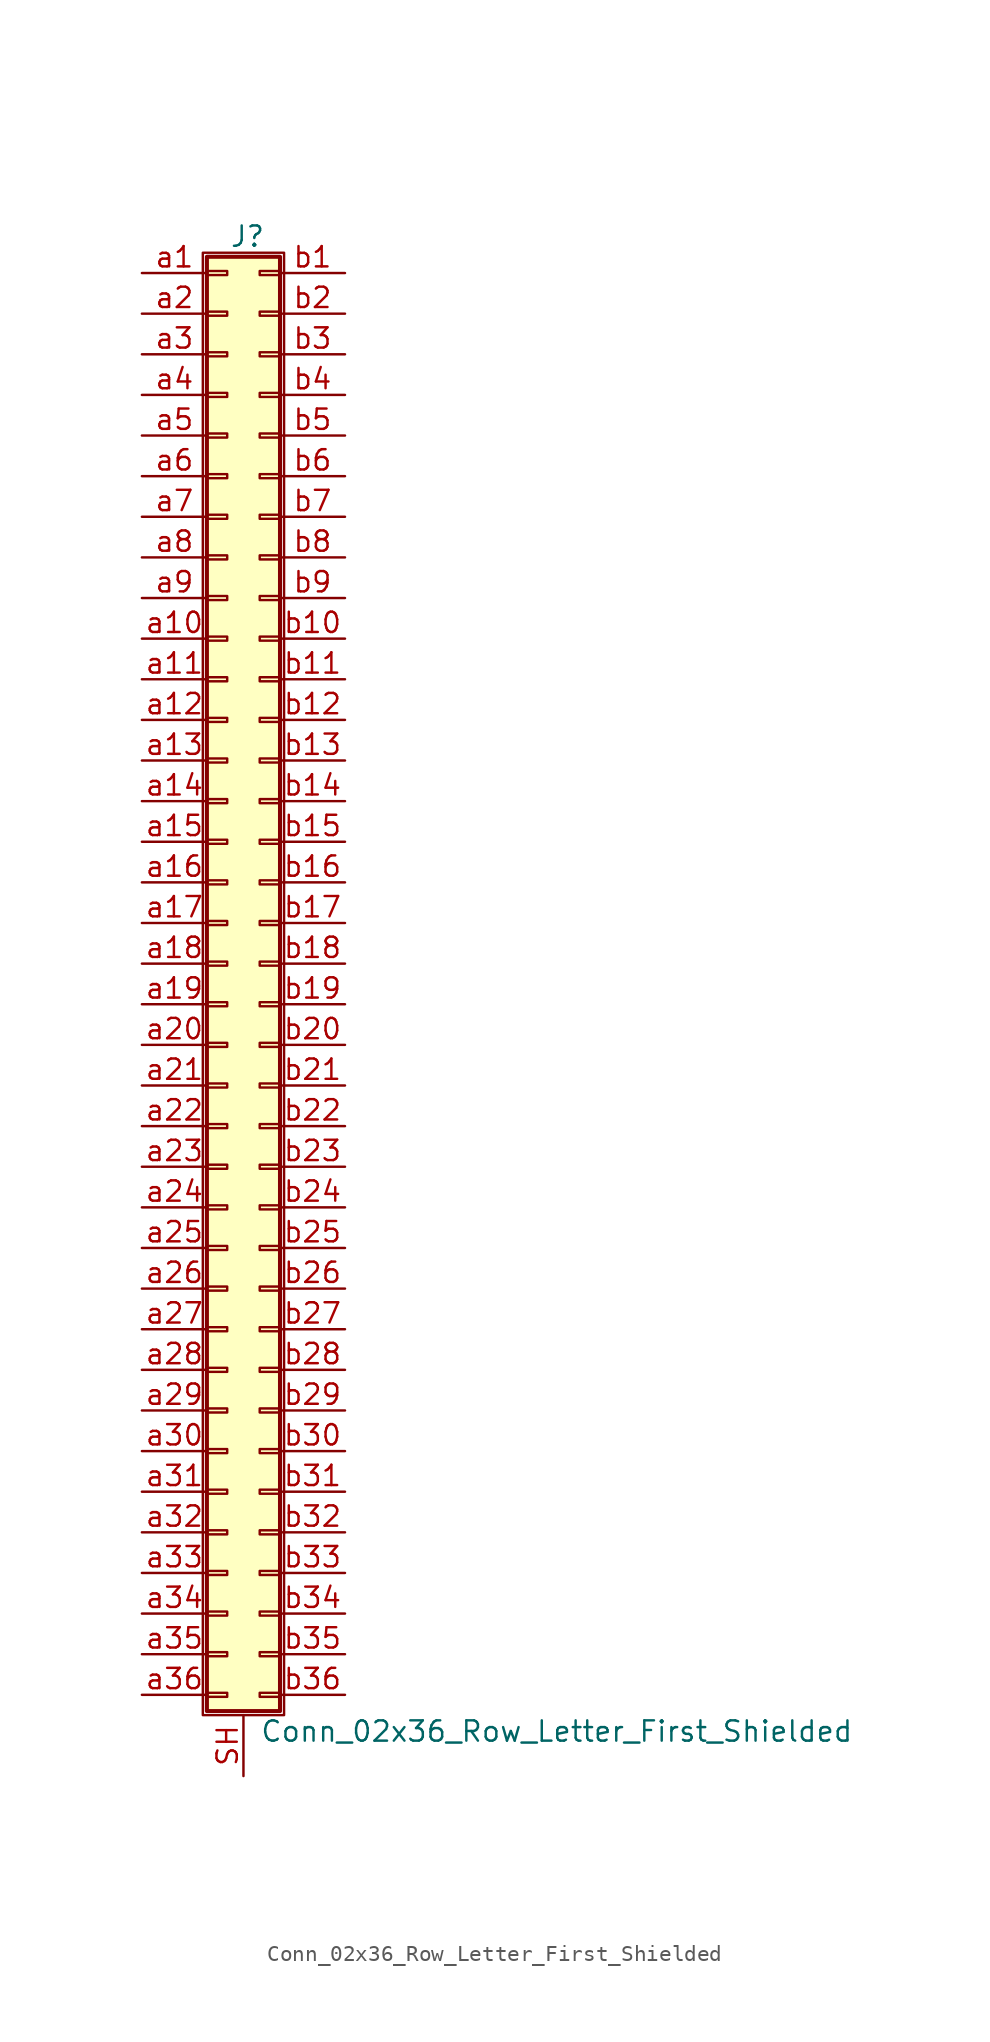
<source format=kicad_sym>
(kicad_symbol_lib
  (version 20220914)
  (generator kicad_symbol_editor)
  (symbol "Conn_02x36_Row_Letter_First_Shielded"
    (pin_names
      (offset 1.016) hide)
    (property "Reference" "J"
      (at 1.524 45.466 0)
      (effects (font (size 1.27 1.27))))
    (property "Value" "Conn_02x36_Row_Letter_First_Shielded"
      (at 2.286 -48.006 0)
      (effects (font (size 1.27 1.27)) (justify left)))
    (symbol "Conn_02x36_Row_Letter_First_Shielded_1_1"
      (rectangle (start -1.27 44.45) (end 3.81 -46.99) (stroke (width 0.152) (type default)) (fill (type none)))
      (rectangle (start -1.016 -45.593) (end 0.254 -45.847) (stroke (width 0.152) (type default)) (fill (type none)))
      (rectangle (start -1.016 -43.053) (end 0.254 -43.307) (stroke (width 0.152) (type default)) (fill (type none)))
      (rectangle (start -1.016 -40.513) (end 0.254 -40.767) (stroke (width 0.152) (type default)) (fill (type none)))
      (rectangle (start -1.016 -37.973) (end 0.254 -38.227) (stroke (width 0.152) (type default)) (fill (type none)))
      (rectangle (start -1.016 -35.433) (end 0.254 -35.687) (stroke (width 0.152) (type default)) (fill (type none)))
      (rectangle (start -1.016 -32.893) (end 0.254 -33.147) (stroke (width 0.152) (type default)) (fill (type none)))
      (rectangle (start -1.016 -30.353) (end 0.254 -30.607) (stroke (width 0.152) (type default)) (fill (type none)))
      (rectangle (start -1.016 -27.813) (end 0.254 -28.067) (stroke (width 0.152) (type default)) (fill (type none)))
      (rectangle (start -1.016 -25.273) (end 0.254 -25.527) (stroke (width 0.152) (type default)) (fill (type none)))
      (rectangle (start -1.016 -22.733) (end 0.254 -22.987) (stroke (width 0.152) (type default)) (fill (type none)))
      (rectangle (start -1.016 -20.193) (end 0.254 -20.447) (stroke (width 0.152) (type default)) (fill (type none)))
      (rectangle (start -1.016 -17.653) (end 0.254 -17.907) (stroke (width 0.152) (type default)) (fill (type none)))
      (rectangle (start -1.016 -15.113) (end 0.254 -15.367) (stroke (width 0.152) (type default)) (fill (type none)))
      (rectangle (start -1.016 -12.573) (end 0.254 -12.827) (stroke (width 0.152) (type default)) (fill (type none)))
      (rectangle (start -1.016 -10.033) (end 0.254 -10.287) (stroke (width 0.152) (type default)) (fill (type none)))
      (rectangle (start -1.016 -7.493) (end 0.254 -7.747) (stroke (width 0.152) (type default)) (fill (type none)))
      (rectangle (start -1.016 -4.953) (end 0.254 -5.207) (stroke (width 0.152) (type default)) (fill (type none)))
      (rectangle (start -1.016 -2.413) (end 0.254 -2.667) (stroke (width 0.152) (type default)) (fill (type none)))
      (rectangle (start -1.016 0.127) (end 0.254 -0.127) (stroke (width 0.152) (type default)) (fill (type none)))
      (rectangle (start -1.016 2.667) (end 0.254 2.413) (stroke (width 0.152) (type default)) (fill (type none)))
      (rectangle (start -1.016 5.207) (end 0.254 4.953) (stroke (width 0.152) (type default)) (fill (type none)))
      (rectangle (start -1.016 7.747) (end 0.254 7.493) (stroke (width 0.152) (type default)) (fill (type none)))
      (rectangle (start -1.016 10.287) (end 0.254 10.033) (stroke (width 0.152) (type default)) (fill (type none)))
      (rectangle (start -1.016 12.827) (end 0.254 12.573) (stroke (width 0.152) (type default)) (fill (type none)))
      (rectangle (start -1.016 15.367) (end 0.254 15.113) (stroke (width 0.152) (type default)) (fill (type none)))
      (rectangle (start -1.016 17.907) (end 0.254 17.653) (stroke (width 0.152) (type default)) (fill (type none)))
      (rectangle (start -1.016 20.447) (end 0.254 20.193) (stroke (width 0.152) (type default)) (fill (type none)))
      (rectangle (start -1.016 22.987) (end 0.254 22.733) (stroke (width 0.152) (type default)) (fill (type none)))
      (rectangle (start -1.016 25.527) (end 0.254 25.273) (stroke (width 0.152) (type default)) (fill (type none)))
      (rectangle (start -1.016 28.067) (end 0.254 27.813) (stroke (width 0.152) (type default)) (fill (type none)))
      (rectangle (start -1.016 30.607) (end 0.254 30.353) (stroke (width 0.152) (type default)) (fill (type none)))
      (rectangle (start -1.016 33.147) (end 0.254 32.893) (stroke (width 0.152) (type default)) (fill (type none)))
      (rectangle (start -1.016 35.687) (end 0.254 35.433) (stroke (width 0.152) (type default)) (fill (type none)))
      (rectangle (start -1.016 38.227) (end 0.254 37.973) (stroke (width 0.152) (type default)) (fill (type none)))
      (rectangle (start -1.016 40.767) (end 0.254 40.513) (stroke (width 0.152) (type default)) (fill (type none)))
      (rectangle (start -1.016 43.307) (end 0.254 43.053) (stroke (width 0.152) (type default)) (fill (type none)))
      (rectangle (start -1.016 44.196) (end 3.556 -46.736) (stroke (width 0.254) (type default)) (fill (type background)))
      (rectangle (start 3.556 -45.593) (end 2.286 -45.847) (stroke (width 0.152) (type default)) (fill (type none)))
      (rectangle (start 3.556 -43.053) (end 2.286 -43.307) (stroke (width 0.152) (type default)) (fill (type none)))
      (rectangle (start 3.556 -40.513) (end 2.286 -40.767) (stroke (width 0.152) (type default)) (fill (type none)))
      (rectangle (start 3.556 -37.973) (end 2.286 -38.227) (stroke (width 0.152) (type default)) (fill (type none)))
      (rectangle (start 3.556 -35.433) (end 2.286 -35.687) (stroke (width 0.152) (type default)) (fill (type none)))
      (rectangle (start 3.556 -32.893) (end 2.286 -33.147) (stroke (width 0.152) (type default)) (fill (type none)))
      (rectangle (start 3.556 -30.353) (end 2.286 -30.607) (stroke (width 0.152) (type default)) (fill (type none)))
      (rectangle (start 3.556 -27.813) (end 2.286 -28.067) (stroke (width 0.152) (type default)) (fill (type none)))
      (rectangle (start 3.556 -25.273) (end 2.286 -25.527) (stroke (width 0.152) (type default)) (fill (type none)))
      (rectangle (start 3.556 -22.733) (end 2.286 -22.987) (stroke (width 0.152) (type default)) (fill (type none)))
      (rectangle (start 3.556 -20.193) (end 2.286 -20.447) (stroke (width 0.152) (type default)) (fill (type none)))
      (rectangle (start 3.556 -17.653) (end 2.286 -17.907) (stroke (width 0.152) (type default)) (fill (type none)))
      (rectangle (start 3.556 -15.113) (end 2.286 -15.367) (stroke (width 0.152) (type default)) (fill (type none)))
      (rectangle (start 3.556 -12.573) (end 2.286 -12.827) (stroke (width 0.152) (type default)) (fill (type none)))
      (rectangle (start 3.556 -10.033) (end 2.286 -10.287) (stroke (width 0.152) (type default)) (fill (type none)))
      (rectangle (start 3.556 -7.493) (end 2.286 -7.747) (stroke (width 0.152) (type default)) (fill (type none)))
      (rectangle (start 3.556 -4.953) (end 2.286 -5.207) (stroke (width 0.152) (type default)) (fill (type none)))
      (rectangle (start 3.556 -2.413) (end 2.286 -2.667) (stroke (width 0.152) (type default)) (fill (type none)))
      (rectangle (start 3.556 0.127) (end 2.286 -0.127) (stroke (width 0.152) (type default)) (fill (type none)))
      (rectangle (start 3.556 2.667) (end 2.286 2.413) (stroke (width 0.152) (type default)) (fill (type none)))
      (rectangle (start 3.556 5.207) (end 2.286 4.953) (stroke (width 0.152) (type default)) (fill (type none)))
      (rectangle (start 3.556 7.747) (end 2.286 7.493) (stroke (width 0.152) (type default)) (fill (type none)))
      (rectangle (start 3.556 10.287) (end 2.286 10.033) (stroke (width 0.152) (type default)) (fill (type none)))
      (rectangle (start 3.556 12.827) (end 2.286 12.573) (stroke (width 0.152) (type default)) (fill (type none)))
      (rectangle (start 3.556 15.367) (end 2.286 15.113) (stroke (width 0.152) (type default)) (fill (type none)))
      (rectangle (start 3.556 17.907) (end 2.286 17.653) (stroke (width 0.152) (type default)) (fill (type none)))
      (rectangle (start 3.556 20.447) (end 2.286 20.193) (stroke (width 0.152) (type default)) (fill (type none)))
      (rectangle (start 3.556 22.987) (end 2.286 22.733) (stroke (width 0.152) (type default)) (fill (type none)))
      (rectangle (start 3.556 25.527) (end 2.286 25.273) (stroke (width 0.152) (type default)) (fill (type none)))
      (rectangle (start 3.556 28.067) (end 2.286 27.813) (stroke (width 0.152) (type default)) (fill (type none)))
      (rectangle (start 3.556 30.607) (end 2.286 30.353) (stroke (width 0.152) (type default)) (fill (type none)))
      (rectangle (start 3.556 33.147) (end 2.286 32.893) (stroke (width 0.152) (type default)) (fill (type none)))
      (rectangle (start 3.556 35.687) (end 2.286 35.433) (stroke (width 0.152) (type default)) (fill (type none)))
      (rectangle (start 3.556 38.227) (end 2.286 37.973) (stroke (width 0.152) (type default)) (fill (type none)))
      (rectangle (start 3.556 40.767) (end 2.286 40.513) (stroke (width 0.152) (type default)) (fill (type none)))
      (rectangle (start 3.556 43.307) (end 2.286 43.053) (stroke (width 0.152) (type default)) (fill (type none)))
      (pin passive line (at 1.27 -50.8 90) (length 3.81) (name "Shield" (effects (font (size 1.27 1.27)))) (number "SH" (effects (font (size 1.27 1.27)))))
      (pin passive line (at -5.08 43.18 0) (length 4.064) (name "Pin_a1" (effects (font (size 1.27 1.27)))) (number "a1" (effects (font (size 1.27 1.27)))))
      (pin passive line (at -5.08 20.32 0) (length 4.064) (name "Pin_a10" (effects (font (size 1.27 1.27)))) (number "a10" (effects (font (size 1.27 1.27)))))
      (pin passive line (at -5.08 17.78 0) (length 4.064) (name "Pin_a11" (effects (font (size 1.27 1.27)))) (number "a11" (effects (font (size 1.27 1.27)))))
      (pin passive line (at -5.08 15.24 0) (length 4.064) (name "Pin_a12" (effects (font (size 1.27 1.27)))) (number "a12" (effects (font (size 1.27 1.27)))))
      (pin passive line (at -5.08 12.7 0) (length 4.064) (name "Pin_a13" (effects (font (size 1.27 1.27)))) (number "a13" (effects (font (size 1.27 1.27)))))
      (pin passive line (at -5.08 10.16 0) (length 4.064) (name "Pin_a14" (effects (font (size 1.27 1.27)))) (number "a14" (effects (font (size 1.27 1.27)))))
      (pin passive line (at -5.08 7.62 0) (length 4.064) (name "Pin_a15" (effects (font (size 1.27 1.27)))) (number "a15" (effects (font (size 1.27 1.27)))))
      (pin passive line (at -5.08 5.08 0) (length 4.064) (name "Pin_a16" (effects (font (size 1.27 1.27)))) (number "a16" (effects (font (size 1.27 1.27)))))
      (pin passive line (at -5.08 2.54 0) (length 4.064) (name "Pin_a17" (effects (font (size 1.27 1.27)))) (number "a17" (effects (font (size 1.27 1.27)))))
      (pin passive line (at -5.08 0 0) (length 4.064) (name "Pin_a18" (effects (font (size 1.27 1.27)))) (number "a18" (effects (font (size 1.27 1.27)))))
      (pin passive line (at -5.08 -2.54 0) (length 4.064) (name "Pin_a19" (effects (font (size 1.27 1.27)))) (number "a19" (effects (font (size 1.27 1.27)))))
      (pin passive line (at -5.08 40.64 0) (length 4.064) (name "Pin_a2" (effects (font (size 1.27 1.27)))) (number "a2" (effects (font (size 1.27 1.27)))))
      (pin passive line (at -5.08 -5.08 0) (length 4.064) (name "Pin_a20" (effects (font (size 1.27 1.27)))) (number "a20" (effects (font (size 1.27 1.27)))))
      (pin passive line (at -5.08 -7.62 0) (length 4.064) (name "Pin_a21" (effects (font (size 1.27 1.27)))) (number "a21" (effects (font (size 1.27 1.27)))))
      (pin passive line (at -5.08 -10.16 0) (length 4.064) (name "Pin_a22" (effects (font (size 1.27 1.27)))) (number "a22" (effects (font (size 1.27 1.27)))))
      (pin passive line (at -5.08 -12.7 0) (length 4.064) (name "Pin_a23" (effects (font (size 1.27 1.27)))) (number "a23" (effects (font (size 1.27 1.27)))))
      (pin passive line (at -5.08 -15.24 0) (length 4.064) (name "Pin_a24" (effects (font (size 1.27 1.27)))) (number "a24" (effects (font (size 1.27 1.27)))))
      (pin passive line (at -5.08 -17.78 0) (length 4.064) (name "Pin_a25" (effects (font (size 1.27 1.27)))) (number "a25" (effects (font (size 1.27 1.27)))))
      (pin passive line (at -5.08 -20.32 0) (length 4.064) (name "Pin_a26" (effects (font (size 1.27 1.27)))) (number "a26" (effects (font (size 1.27 1.27)))))
      (pin passive line (at -5.08 -22.86 0) (length 4.064) (name "Pin_a27" (effects (font (size 1.27 1.27)))) (number "a27" (effects (font (size 1.27 1.27)))))
      (pin passive line (at -5.08 -25.4 0) (length 4.064) (name "Pin_a28" (effects (font (size 1.27 1.27)))) (number "a28" (effects (font (size 1.27 1.27)))))
      (pin passive line (at -5.08 -27.94 0) (length 4.064) (name "Pin_a29" (effects (font (size 1.27 1.27)))) (number "a29" (effects (font (size 1.27 1.27)))))
      (pin passive line (at -5.08 38.1 0) (length 4.064) (name "Pin_a3" (effects (font (size 1.27 1.27)))) (number "a3" (effects (font (size 1.27 1.27)))))
      (pin passive line (at -5.08 -30.48 0) (length 4.064) (name "Pin_a30" (effects (font (size 1.27 1.27)))) (number "a30" (effects (font (size 1.27 1.27)))))
      (pin passive line (at -5.08 -33.02 0) (length 4.064) (name "Pin_a31" (effects (font (size 1.27 1.27)))) (number "a31" (effects (font (size 1.27 1.27)))))
      (pin passive line (at -5.08 -35.56 0) (length 4.064) (name "Pin_a32" (effects (font (size 1.27 1.27)))) (number "a32" (effects (font (size 1.27 1.27)))))
      (pin passive line (at -5.08 -38.1 0) (length 4.064) (name "Pin_a33" (effects (font (size 1.27 1.27)))) (number "a33" (effects (font (size 1.27 1.27)))))
      (pin passive line (at -5.08 -40.64 0) (length 4.064) (name "Pin_a34" (effects (font (size 1.27 1.27)))) (number "a34" (effects (font (size 1.27 1.27)))))
      (pin passive line (at -5.08 -43.18 0) (length 4.064) (name "Pin_a35" (effects (font (size 1.27 1.27)))) (number "a35" (effects (font (size 1.27 1.27)))))
      (pin passive line (at -5.08 -45.72 0) (length 4.064) (name "Pin_a36" (effects (font (size 1.27 1.27)))) (number "a36" (effects (font (size 1.27 1.27)))))
      (pin passive line (at -5.08 35.56 0) (length 4.064) (name "Pin_a4" (effects (font (size 1.27 1.27)))) (number "a4" (effects (font (size 1.27 1.27)))))
      (pin passive line (at -5.08 33.02 0) (length 4.064) (name "Pin_a5" (effects (font (size 1.27 1.27)))) (number "a5" (effects (font (size 1.27 1.27)))))
      (pin passive line (at -5.08 30.48 0) (length 4.064) (name "Pin_a6" (effects (font (size 1.27 1.27)))) (number "a6" (effects (font (size 1.27 1.27)))))
      (pin passive line (at -5.08 27.94 0) (length 4.064) (name "Pin_a7" (effects (font (size 1.27 1.27)))) (number "a7" (effects (font (size 1.27 1.27)))))
      (pin passive line (at -5.08 25.4 0) (length 4.064) (name "Pin_a8" (effects (font (size 1.27 1.27)))) (number "a8" (effects (font (size 1.27 1.27)))))
      (pin passive line (at -5.08 22.86 0) (length 4.064) (name "Pin_a9" (effects (font (size 1.27 1.27)))) (number "a9" (effects (font (size 1.27 1.27)))))
      (pin passive line (at 7.62 43.18 180) (length 4.064) (name "Pin_b1" (effects (font (size 1.27 1.27)))) (number "b1" (effects (font (size 1.27 1.27)))))
      (pin passive line (at 7.62 20.32 180) (length 4.064) (name "Pin_b10" (effects (font (size 1.27 1.27)))) (number "b10" (effects (font (size 1.27 1.27)))))
      (pin passive line (at 7.62 17.78 180) (length 4.064) (name "Pin_b11" (effects (font (size 1.27 1.27)))) (number "b11" (effects (font (size 1.27 1.27)))))
      (pin passive line (at 7.62 15.24 180) (length 4.064) (name "Pin_b12" (effects (font (size 1.27 1.27)))) (number "b12" (effects (font (size 1.27 1.27)))))
      (pin passive line (at 7.62 12.7 180) (length 4.064) (name "Pin_b13" (effects (font (size 1.27 1.27)))) (number "b13" (effects (font (size 1.27 1.27)))))
      (pin passive line (at 7.62 10.16 180) (length 4.064) (name "Pin_b14" (effects (font (size 1.27 1.27)))) (number "b14" (effects (font (size 1.27 1.27)))))
      (pin passive line (at 7.62 7.62 180) (length 4.064) (name "Pin_b15" (effects (font (size 1.27 1.27)))) (number "b15" (effects (font (size 1.27 1.27)))))
      (pin passive line (at 7.62 5.08 180) (length 4.064) (name "Pin_b16" (effects (font (size 1.27 1.27)))) (number "b16" (effects (font (size 1.27 1.27)))))
      (pin passive line (at 7.62 2.54 180) (length 4.064) (name "Pin_b17" (effects (font (size 1.27 1.27)))) (number "b17" (effects (font (size 1.27 1.27)))))
      (pin passive line (at 7.62 0 180) (length 4.064) (name "Pin_b18" (effects (font (size 1.27 1.27)))) (number "b18" (effects (font (size 1.27 1.27)))))
      (pin passive line (at 7.62 -2.54 180) (length 4.064) (name "Pin_b19" (effects (font (size 1.27 1.27)))) (number "b19" (effects (font (size 1.27 1.27)))))
      (pin passive line (at 7.62 40.64 180) (length 4.064) (name "Pin_b2" (effects (font (size 1.27 1.27)))) (number "b2" (effects (font (size 1.27 1.27)))))
      (pin passive line (at 7.62 -5.08 180) (length 4.064) (name "Pin_b20" (effects (font (size 1.27 1.27)))) (number "b20" (effects (font (size 1.27 1.27)))))
      (pin passive line (at 7.62 -7.62 180) (length 4.064) (name "Pin_b21" (effects (font (size 1.27 1.27)))) (number "b21" (effects (font (size 1.27 1.27)))))
      (pin passive line (at 7.62 -10.16 180) (length 4.064) (name "Pin_b22" (effects (font (size 1.27 1.27)))) (number "b22" (effects (font (size 1.27 1.27)))))
      (pin passive line (at 7.62 -12.7 180) (length 4.064) (name "Pin_b23" (effects (font (size 1.27 1.27)))) (number "b23" (effects (font (size 1.27 1.27)))))
      (pin passive line (at 7.62 -15.24 180) (length 4.064) (name "Pin_b24" (effects (font (size 1.27 1.27)))) (number "b24" (effects (font (size 1.27 1.27)))))
      (pin passive line (at 7.62 -17.78 180) (length 4.064) (name "Pin_b25" (effects (font (size 1.27 1.27)))) (number "b25" (effects (font (size 1.27 1.27)))))
      (pin passive line (at 7.62 -20.32 180) (length 4.064) (name "Pin_b26" (effects (font (size 1.27 1.27)))) (number "b26" (effects (font (size 1.27 1.27)))))
      (pin passive line (at 7.62 -22.86 180) (length 4.064) (name "Pin_b27" (effects (font (size 1.27 1.27)))) (number "b27" (effects (font (size 1.27 1.27)))))
      (pin passive line (at 7.62 -25.4 180) (length 4.064) (name "Pin_b28" (effects (font (size 1.27 1.27)))) (number "b28" (effects (font (size 1.27 1.27)))))
      (pin passive line (at 7.62 -27.94 180) (length 4.064) (name "Pin_b29" (effects (font (size 1.27 1.27)))) (number "b29" (effects (font (size 1.27 1.27)))))
      (pin passive line (at 7.62 38.1 180) (length 4.064) (name "Pin_b3" (effects (font (size 1.27 1.27)))) (number "b3" (effects (font (size 1.27 1.27)))))
      (pin passive line (at 7.62 -30.48 180) (length 4.064) (name "Pin_b30" (effects (font (size 1.27 1.27)))) (number "b30" (effects (font (size 1.27 1.27)))))
      (pin passive line (at 7.62 -33.02 180) (length 4.064) (name "Pin_b31" (effects (font (size 1.27 1.27)))) (number "b31" (effects (font (size 1.27 1.27)))))
      (pin passive line (at 7.62 -35.56 180) (length 4.064) (name "Pin_b32" (effects (font (size 1.27 1.27)))) (number "b32" (effects (font (size 1.27 1.27)))))
      (pin passive line (at 7.62 -38.1 180) (length 4.064) (name "Pin_b33" (effects (font (size 1.27 1.27)))) (number "b33" (effects (font (size 1.27 1.27)))))
      (pin passive line (at 7.62 -40.64 180) (length 4.064) (name "Pin_b34" (effects (font (size 1.27 1.27)))) (number "b34" (effects (font (size 1.27 1.27)))))
      (pin passive line (at 7.62 -43.18 180) (length 4.064) (name "Pin_b35" (effects (font (size 1.27 1.27)))) (number "b35" (effects (font (size 1.27 1.27)))))
      (pin passive line (at 7.62 -45.72 180) (length 4.064) (name "Pin_b36" (effects (font (size 1.27 1.27)))) (number "b36" (effects (font (size 1.27 1.27)))))
      (pin passive line (at 7.62 35.56 180) (length 4.064) (name "Pin_b4" (effects (font (size 1.27 1.27)))) (number "b4" (effects (font (size 1.27 1.27)))))
      (pin passive line (at 7.62 33.02 180) (length 4.064) (name "Pin_b5" (effects (font (size 1.27 1.27)))) (number "b5" (effects (font (size 1.27 1.27)))))
      (pin passive line (at 7.62 30.48 180) (length 4.064) (name "Pin_b6" (effects (font (size 1.27 1.27)))) (number "b6" (effects (font (size 1.27 1.27)))))
      (pin passive line (at 7.62 27.94 180) (length 4.064) (name "Pin_b7" (effects (font (size 1.27 1.27)))) (number "b7" (effects (font (size 1.27 1.27)))))
      (pin passive line (at 7.62 25.4 180) (length 4.064) (name "Pin_b8" (effects (font (size 1.27 1.27)))) (number "b8" (effects (font (size 1.27 1.27)))))
      (pin passive line (at 7.62 22.86 180) (length 4.064) (name "Pin_b9" (effects (font (size 1.27 1.27)))) (number "b9" (effects (font (size 1.27 1.27))))))))
</source>
